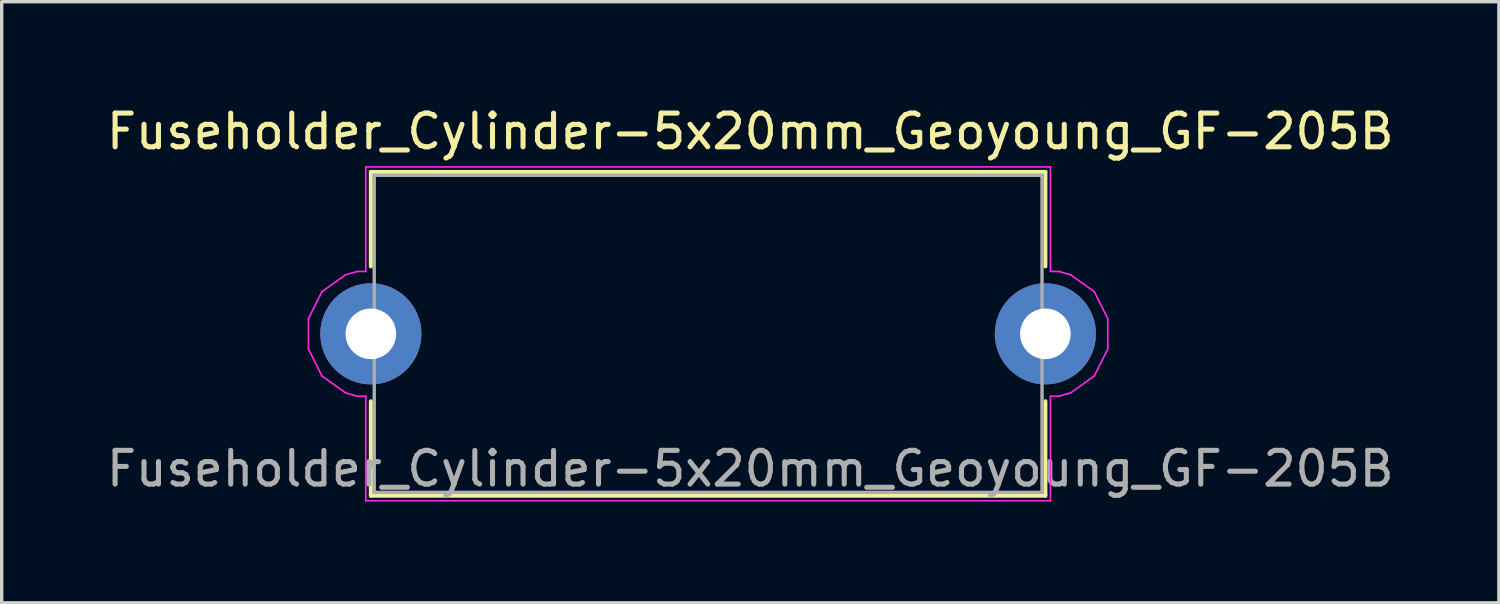
<source format=kicad_pcb>
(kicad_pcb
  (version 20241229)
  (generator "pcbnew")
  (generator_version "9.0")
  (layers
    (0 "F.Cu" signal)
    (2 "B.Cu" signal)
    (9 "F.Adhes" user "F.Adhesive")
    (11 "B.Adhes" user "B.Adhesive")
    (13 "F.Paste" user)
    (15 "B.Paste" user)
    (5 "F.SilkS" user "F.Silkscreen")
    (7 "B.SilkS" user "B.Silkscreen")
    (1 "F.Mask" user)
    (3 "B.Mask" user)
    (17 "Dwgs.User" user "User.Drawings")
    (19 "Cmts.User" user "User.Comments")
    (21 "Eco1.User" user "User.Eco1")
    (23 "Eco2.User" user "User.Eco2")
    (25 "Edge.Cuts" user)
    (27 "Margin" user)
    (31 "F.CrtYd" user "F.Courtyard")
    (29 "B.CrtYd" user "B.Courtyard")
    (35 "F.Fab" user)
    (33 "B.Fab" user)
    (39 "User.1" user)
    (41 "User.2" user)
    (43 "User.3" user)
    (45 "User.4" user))
  (footprint "Fuseholder_Cylinder-5x20mm_Geoyoung_GF-205B"
    (layer "F.Cu")
    (at 7.946 6.848)
    (property "Reference" "Fuseholder_Cylinder-5x20mm_Geoyoung_GF-205B" (at 11.25 -6 0) (layer "F.SilkS") (effects (font (size 1 1) (thickness 0.15))))
    (attr through_hole)
    (fp_line (start 0 -4.8) (end 20 -4.8) (stroke (width 0.12) (type solid)) (layer "F.SilkS"))
    (fp_line (start 0 -2) (end 0 -4.8) (stroke (width 0.12) (type solid)) (layer "F.SilkS"))
    (fp_line (start 0 4.8) (end 0 2) (stroke (width 0.12) (type solid)) (layer "F.SilkS"))
    (fp_line (start 0 4.8) (end 20 4.8) (stroke (width 0.12) (type solid)) (layer "F.SilkS"))
    (fp_line (start 20 -2) (end 20 -4.8) (stroke (width 0.12) (type solid)) (layer "F.SilkS"))
    (fp_line (start 20 4.8) (end 20 2) (stroke (width 0.12) (type solid)) (layer "F.SilkS"))
    (fp_line (start -1.85 -0.45) (end -1.85 0.45) (stroke (width 0.05) (type solid)) (layer "F.CrtYd"))
    (fp_line (start -1.85 -0.45) (end -1.45 -1.25) (stroke (width 0.05) (type solid)) (layer "F.CrtYd"))
    (fp_line (start -1.45 1.25) (end -1.85 0.45) (stroke (width 0.05) (type solid)) (layer "F.CrtYd"))
    (fp_line (start -1.45 1.25) (end -0.75 1.75) (stroke (width 0.05) (type solid)) (layer "F.CrtYd"))
    (fp_line (start -0.75 -1.75) (end -1.45 -1.25) (stroke (width 0.05) (type solid)) (layer "F.CrtYd"))
    (fp_line (start -0.75 1.75) (end -0.4 1.85) (stroke (width 0.05) (type solid)) (layer "F.CrtYd"))
    (fp_line (start -0.4 -1.85) (end -0.75 -1.75) (stroke (width 0.05) (type solid)) (layer "F.CrtYd"))
    (fp_line (start -0.4 1.85) (end -0.15 1.85) (stroke (width 0.05) (type solid)) (layer "F.CrtYd"))
    (fp_line (start -0.15 -4.95) (end 20.15 -4.95) (stroke (width 0.05) (type solid)) (layer "F.CrtYd"))
    (fp_line (start -0.15 -1.85) (end -0.4 -1.85) (stroke (width 0.05) (type solid)) (layer "F.CrtYd"))
    (fp_line (start -0.15 -1.85) (end -0.15 -4.95) (stroke (width 0.05) (type solid)) (layer "F.CrtYd"))
    (fp_line (start -0.15 4.95) (end -0.15 1.85) (stroke (width 0.05) (type solid)) (layer "F.CrtYd"))
    (fp_line (start 20.15 -1.85) (end 20.15 -4.95) (stroke (width 0.05) (type solid)) (layer "F.CrtYd"))
    (fp_line (start 20.15 -1.85) (end 20.4 -1.85) (stroke (width 0.05) (type solid)) (layer "F.CrtYd"))
    (fp_line (start 20.15 1.85) (end 20.15 4.95) (stroke (width 0.05) (type solid)) (layer "F.CrtYd"))
    (fp_line (start 20.15 1.85) (end 20.4 1.85) (stroke (width 0.05) (type solid)) (layer "F.CrtYd"))
    (fp_line (start 20.15 4.95) (end -0.15 4.95) (stroke (width 0.05) (type solid)) (layer "F.CrtYd"))
    (fp_line (start 20.4 1.85) (end 20.75 1.75) (stroke (width 0.05) (type solid)) (layer "F.CrtYd"))
    (fp_line (start 20.75 -1.75) (end 20.4 -1.85) (stroke (width 0.05) (type solid)) (layer "F.CrtYd"))
    (fp_line (start 20.75 1.75) (end 21.45 1.25) (stroke (width 0.05) (type solid)) (layer "F.CrtYd"))
    (fp_line (start 21.45 -1.25) (end 20.75 -1.75) (stroke (width 0.05) (type solid)) (layer "F.CrtYd"))
    (fp_line (start 21.45 1.25) (end 21.85 0.45) (stroke (width 0.05) (type solid)) (layer "F.CrtYd"))
    (fp_line (start 21.85 -0.45) (end 21.45 -1.25) (stroke (width 0.05) (type solid)) (layer "F.CrtYd"))
    (fp_line (start 21.85 0.45) (end 21.85 -0.45) (stroke (width 0.05) (type solid)) (layer "F.CrtYd"))
    (fp_line (start 0.1 -4.7) (end 0.1 4.7) (stroke (width 0.1) (type solid)) (layer "F.Fab"))
    (fp_line (start 0.1 4.7) (end 19.9 4.7) (stroke (width 0.1) (type solid)) (layer "F.Fab"))
    (fp_line (start 19.9 -4.7) (end 0.1 -4.7) (stroke (width 0.1) (type solid)) (layer "F.Fab"))
    (fp_line (start 19.9 4.7) (end 19.9 -4.7) (stroke (width 0.1) (type solid)) (layer "F.Fab"))
    (fp_text user "${REFERENCE}" (at 11.25 4 0) (layer "F.Fab") (effects (font (size 1 1) (thickness 0.15))))
    (pad "1" thru_hole circle (at 0 0) (size 3 3) (drill 1.5) (layers "*.Cu" "*.Mask"))
    (pad "2" thru_hole circle (at 20 0) (size 3 3) (drill 1.5) (layers "*.Cu" "*.Mask")))
  (gr_rect
    (start -3 -3)
    (end 41.393 14.823)
    (stroke (width 0.1) (type default))
    (fill no)
    (layer "Edge.Cuts")))
</source>
